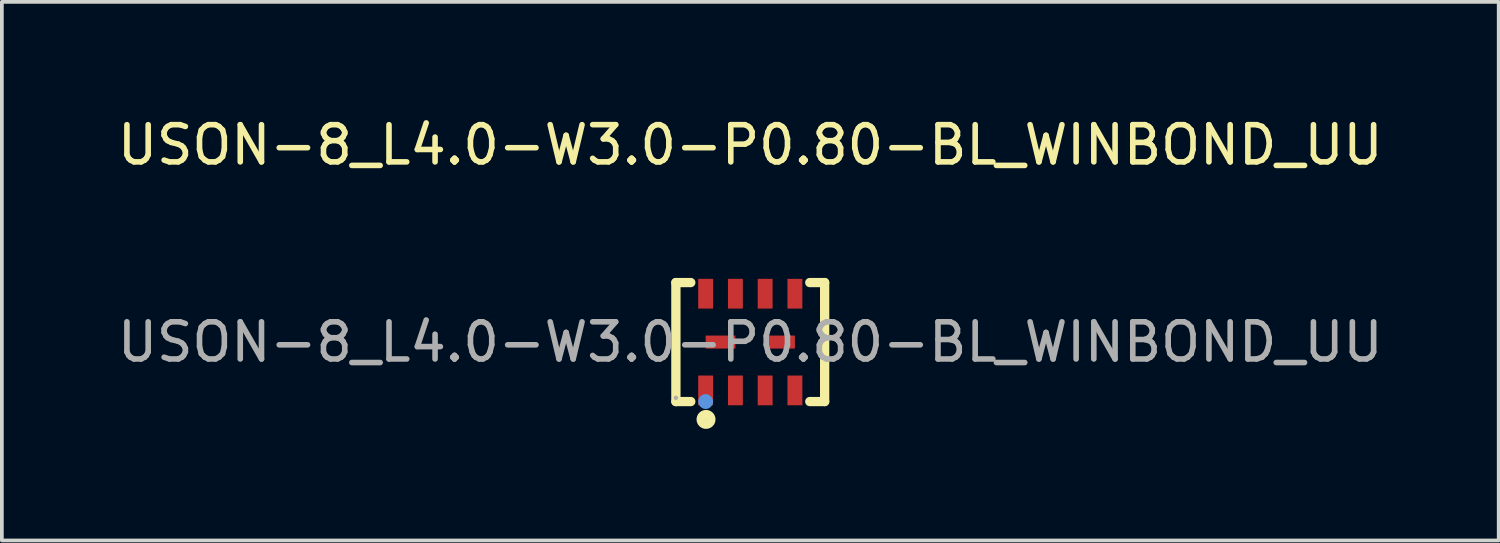
<source format=kicad_pcb>
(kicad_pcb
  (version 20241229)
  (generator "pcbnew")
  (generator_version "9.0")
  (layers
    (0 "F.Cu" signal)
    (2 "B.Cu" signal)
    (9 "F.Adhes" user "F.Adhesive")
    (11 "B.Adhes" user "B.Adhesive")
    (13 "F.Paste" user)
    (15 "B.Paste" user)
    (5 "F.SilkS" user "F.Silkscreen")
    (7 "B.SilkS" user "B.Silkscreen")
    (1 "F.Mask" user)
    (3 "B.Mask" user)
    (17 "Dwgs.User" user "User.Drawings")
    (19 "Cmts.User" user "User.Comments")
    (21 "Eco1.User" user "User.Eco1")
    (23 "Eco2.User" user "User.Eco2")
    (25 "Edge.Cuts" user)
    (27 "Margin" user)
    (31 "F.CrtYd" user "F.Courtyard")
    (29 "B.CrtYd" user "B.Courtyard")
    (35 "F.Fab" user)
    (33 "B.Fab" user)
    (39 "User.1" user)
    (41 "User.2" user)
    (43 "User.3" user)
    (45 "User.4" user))
  (footprint "USON-8_L4.0-W3.0-P0.80-BL_WINBOND_UU"
    (layer "F.Cu")
    (at 17.125 6.148)
    (property "Reference" "USON-8_L4.0-W3.0-P0.80-BL_WINBOND_UU" (at 0 -5.3 0) (layer "F.SilkS") (effects (font (size 1 1) (thickness 0.15))))
    (attr smd)
    (fp_line (start -2 -1.6) (end -2 1.6) (stroke (width 0.25) (type solid)) (layer "F.SilkS"))
    (fp_line (start -2 -1.6) (end -1.6 -1.6) (stroke (width 0.25) (type solid)) (layer "F.SilkS"))
    (fp_line (start -2 1.6) (end -1.6 1.6) (stroke (width 0.25) (type solid)) (layer "F.SilkS"))
    (fp_line (start 2 -1.6) (end 1.6 -1.6) (stroke (width 0.25) (type solid)) (layer "F.SilkS"))
    (fp_line (start 2 1.6) (end 1.6 1.6) (stroke (width 0.25) (type solid)) (layer "F.SilkS"))
    (fp_line (start 2 1.6) (end 2 -1.6) (stroke (width 0.25) (type solid)) (layer "F.SilkS"))
    (fp_circle (center -1.19 2.08) (end -1.06 2.08) (stroke (width 0.25) (type solid)) (fill no) (layer "F.SilkS"))
    (fp_circle (center -1.2 1.6) (end -1.1 1.6) (stroke (width 0.2) (type solid)) (fill no) (layer "Cmts.User"))
    (fp_circle (center -2 1.5) (end -1.97 1.5) (stroke (width 0.06) (type solid)) (fill no) (layer "F.Fab"))
    (fp_text user "${REFERENCE}" (at 0 0 0) (layer "F.Fab") (effects (font (size 1 1) (thickness 0.15))))
    (pad "1" smd rect (at -1.2 1.3) (size 0.4 0.8) (layers "F.Cu" "F.Mask" "F.Paste"))
    (pad "2" smd rect (at -0.4 1.3) (size 0.4 0.8) (layers "F.Cu" "F.Mask" "F.Paste"))
    (pad "3" smd rect (at 0.4 1.3) (size 0.4 0.8) (layers "F.Cu" "F.Mask" "F.Paste"))
    (pad "4" smd rect (at 1.2 1.3) (size 0.4 0.8) (layers "F.Cu" "F.Mask" "F.Paste"))
    (pad "5" smd rect (at 1.2 -1.3) (size 0.4 0.8) (layers "F.Cu" "F.Mask" "F.Paste"))
    (pad "6" smd rect (at 0.4 -1.3) (size 0.4 0.8) (layers "F.Cu" "F.Mask" "F.Paste"))
    (pad "7" smd rect (at -0.4 -1.3) (size 0.4 0.8) (layers "F.Cu" "F.Mask" "F.Paste"))
    (pad "8" smd rect (at -1.2 -1.3) (size 0.4 0.8) (layers "F.Cu" "F.Mask" "F.Paste"))
    (pad "9" smd rect (at -0.8 0 90) (size 0.35 0.8) (layers "F.Cu" "F.Mask" "F.Paste"))
    (pad "10" smd rect (at 0.8 0 90) (size 0.35 0.8) (layers "F.Cu" "F.Mask" "F.Paste")))
  (gr_rect
    (start -3 -3)
    (end 37.25 11.483)
    (stroke (width 0.1) (type default))
    (fill no)
    (layer "Edge.Cuts")))
</source>
